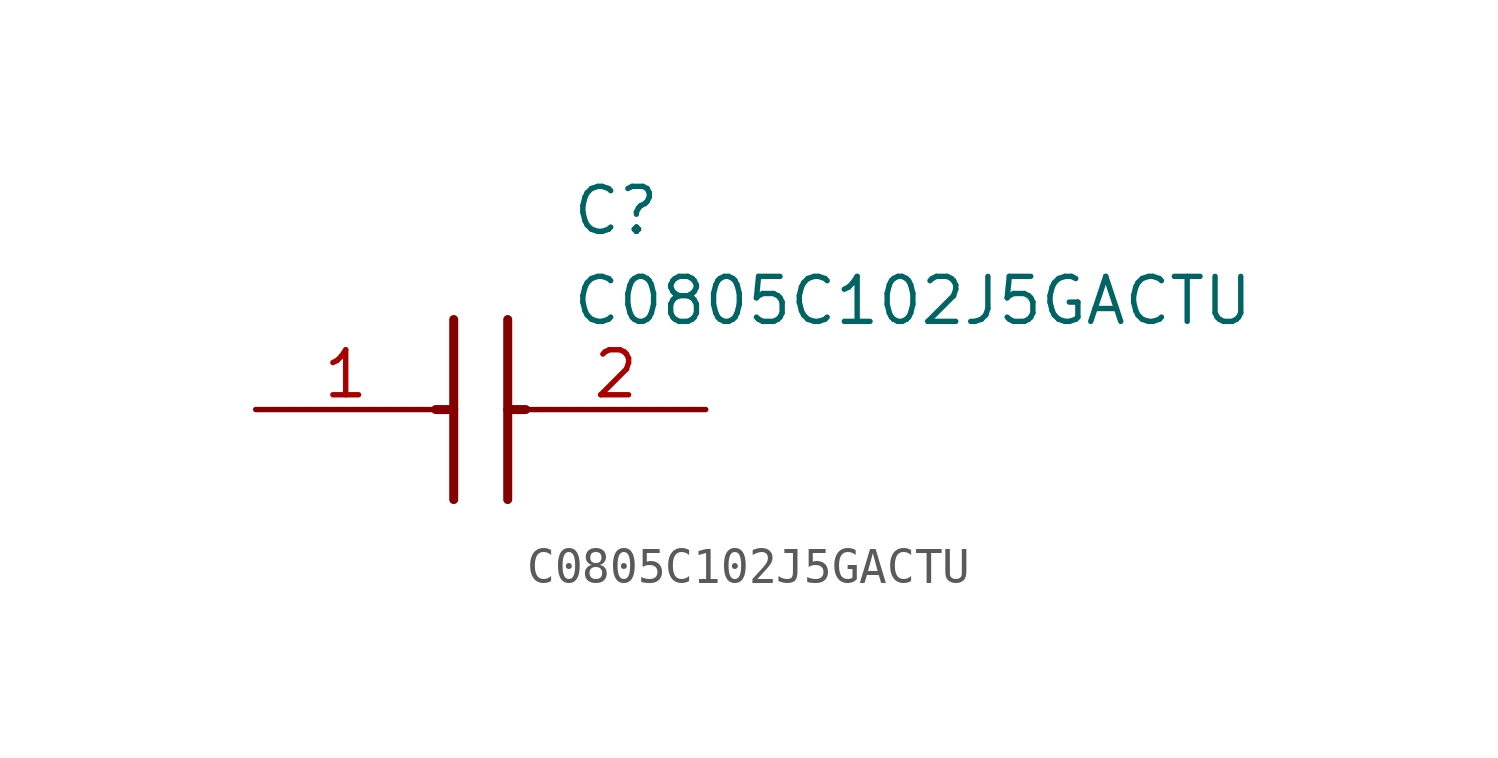
<source format=kicad_sym>
(kicad_symbol_lib
  (version 20211014)
  (generator SamacSys_ECAD_Model)
  (symbol "C0805C102J5GACTU"
    (pin_names hide)
    (property "Reference" "C"
      (at 8.89 6.35 0)
      (effects (font (size 1.27 1.27)) (justify left top)))
    (property "Value" "C0805C102J5GACTU"
      (at 8.89 3.81 0)
      (effects (font (size 1.27 1.27)) (justify left top)))
    (polyline
      (pts (xy 5.588 2.54) (xy 5.588 -2.54))
      (stroke (width 0.254) (type default))
      (fill (type none)))
    (polyline
      (pts (xy 7.112 2.54) (xy 7.112 -2.54))
      (stroke (width 0.254) (type default))
      (fill (type none)))
    (polyline
      (pts (xy 5.08 0) (xy 5.588 0))
      (stroke (width 0.254) (type default))
      (fill (type none)))
    (polyline
      (pts (xy 7.112 0) (xy 7.62 0))
      (stroke (width 0.254) (type default))
      (fill (type none)))
    (pin passive line
      (at 0 0 0)
      (length 5.08)
      (name "1" (effects (font (size 1.27 1.27))))
      (number "1" (effects (font (size 1.27 1.27)))))
    (pin passive line
      (at 12.7 0 180)
      (length 5.08)
      (name "2" (effects (font (size 1.27 1.27))))
      (number "2" (effects (font (size 1.27 1.27)))))))
</source>
